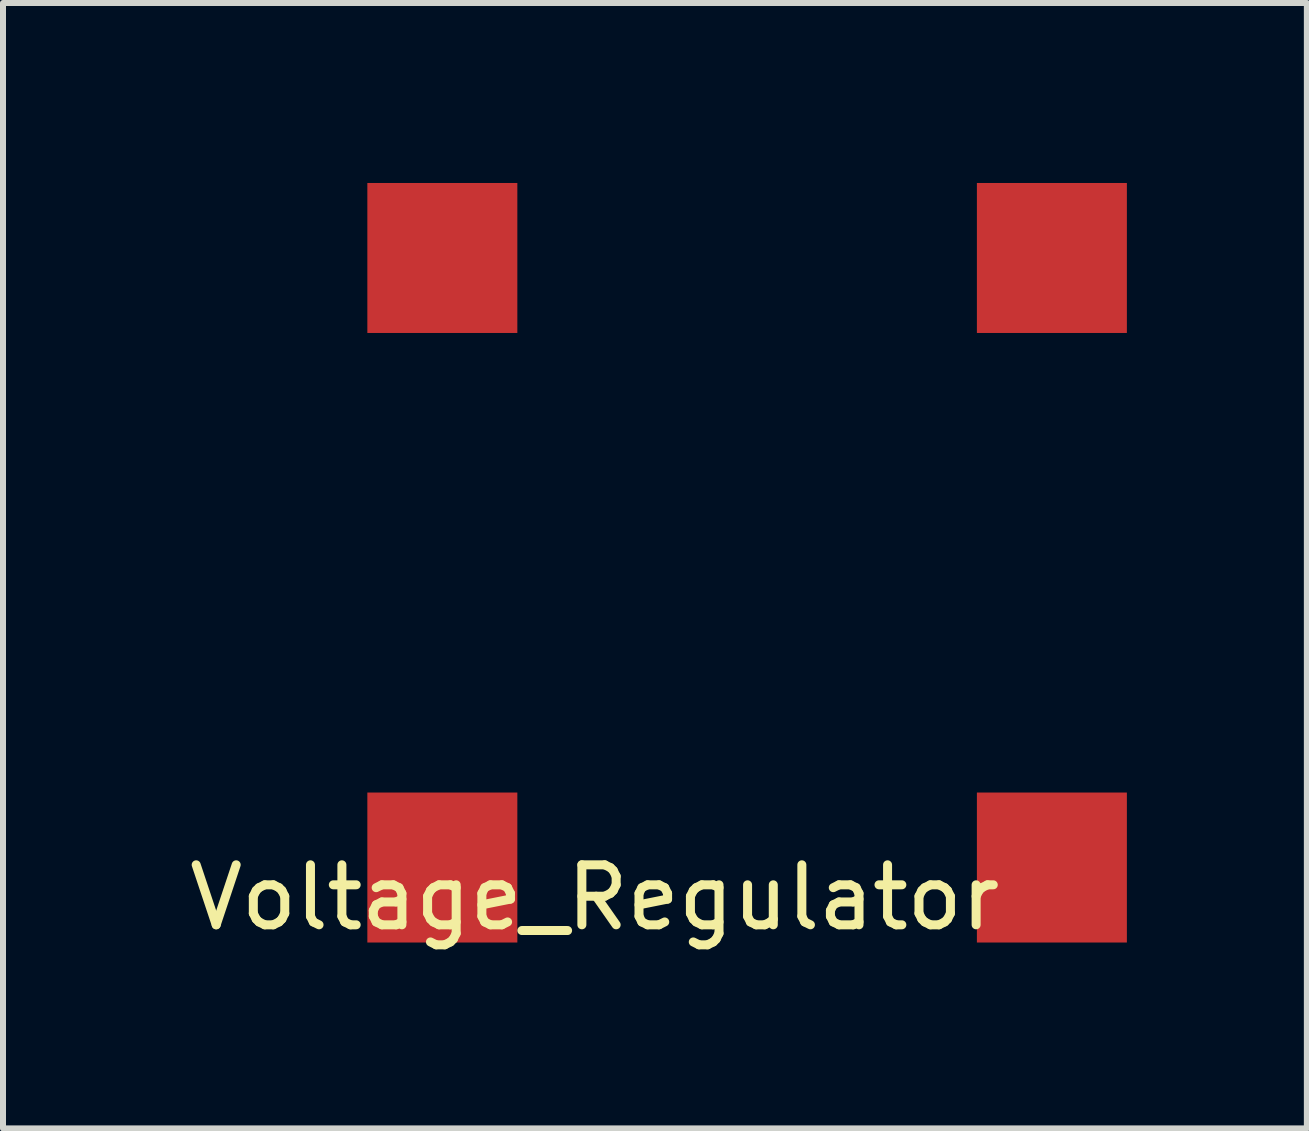
<source format=kicad_pcb>
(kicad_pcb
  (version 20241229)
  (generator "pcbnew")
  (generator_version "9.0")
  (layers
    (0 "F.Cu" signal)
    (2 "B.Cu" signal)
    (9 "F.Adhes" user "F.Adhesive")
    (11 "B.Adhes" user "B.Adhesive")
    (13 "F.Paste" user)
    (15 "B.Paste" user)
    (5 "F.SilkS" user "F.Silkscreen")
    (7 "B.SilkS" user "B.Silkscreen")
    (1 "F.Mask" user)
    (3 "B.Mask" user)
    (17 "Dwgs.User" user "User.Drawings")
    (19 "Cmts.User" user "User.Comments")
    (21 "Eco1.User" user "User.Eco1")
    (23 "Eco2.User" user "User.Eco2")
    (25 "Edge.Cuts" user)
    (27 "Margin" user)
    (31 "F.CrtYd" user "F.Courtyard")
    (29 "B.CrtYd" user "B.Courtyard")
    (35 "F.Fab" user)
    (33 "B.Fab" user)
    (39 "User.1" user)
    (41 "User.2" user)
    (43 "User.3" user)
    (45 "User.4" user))
  (footprint "Voltage_Regulator"
    (layer "F.Cu")
    (at 6.863 11.41)
    (property "Reference" "Voltage_Regulator" (at 0 0.5 0) (layer "F.SilkS") (effects (font (size 1 1) (thickness 0.15))))
    (attr through_hole)
    (pad "1" smd rect (at -2.54 -10.16) (size 2.5 2.5) (layers "F.Cu" "F.Mask" "F.Paste"))
    (pad "2" smd rect (at 7.62 -10.16) (size 2.5 2.5) (layers "F.Cu" "F.Mask" "F.Paste"))
    (pad "3" smd rect (at 7.62 0) (size 2.5 2.5) (layers "F.Cu" "F.Mask" "F.Paste"))
    (pad "4" smd rect (at -2.54 0) (size 2.5 2.5) (layers "F.Cu" "F.Mask" "F.Paste")))
  (gr_rect
    (start -3 -3)
    (end 18.733 15.758)
    (stroke (width 0.1) (type default))
    (fill no)
    (layer "Edge.Cuts")))
</source>
